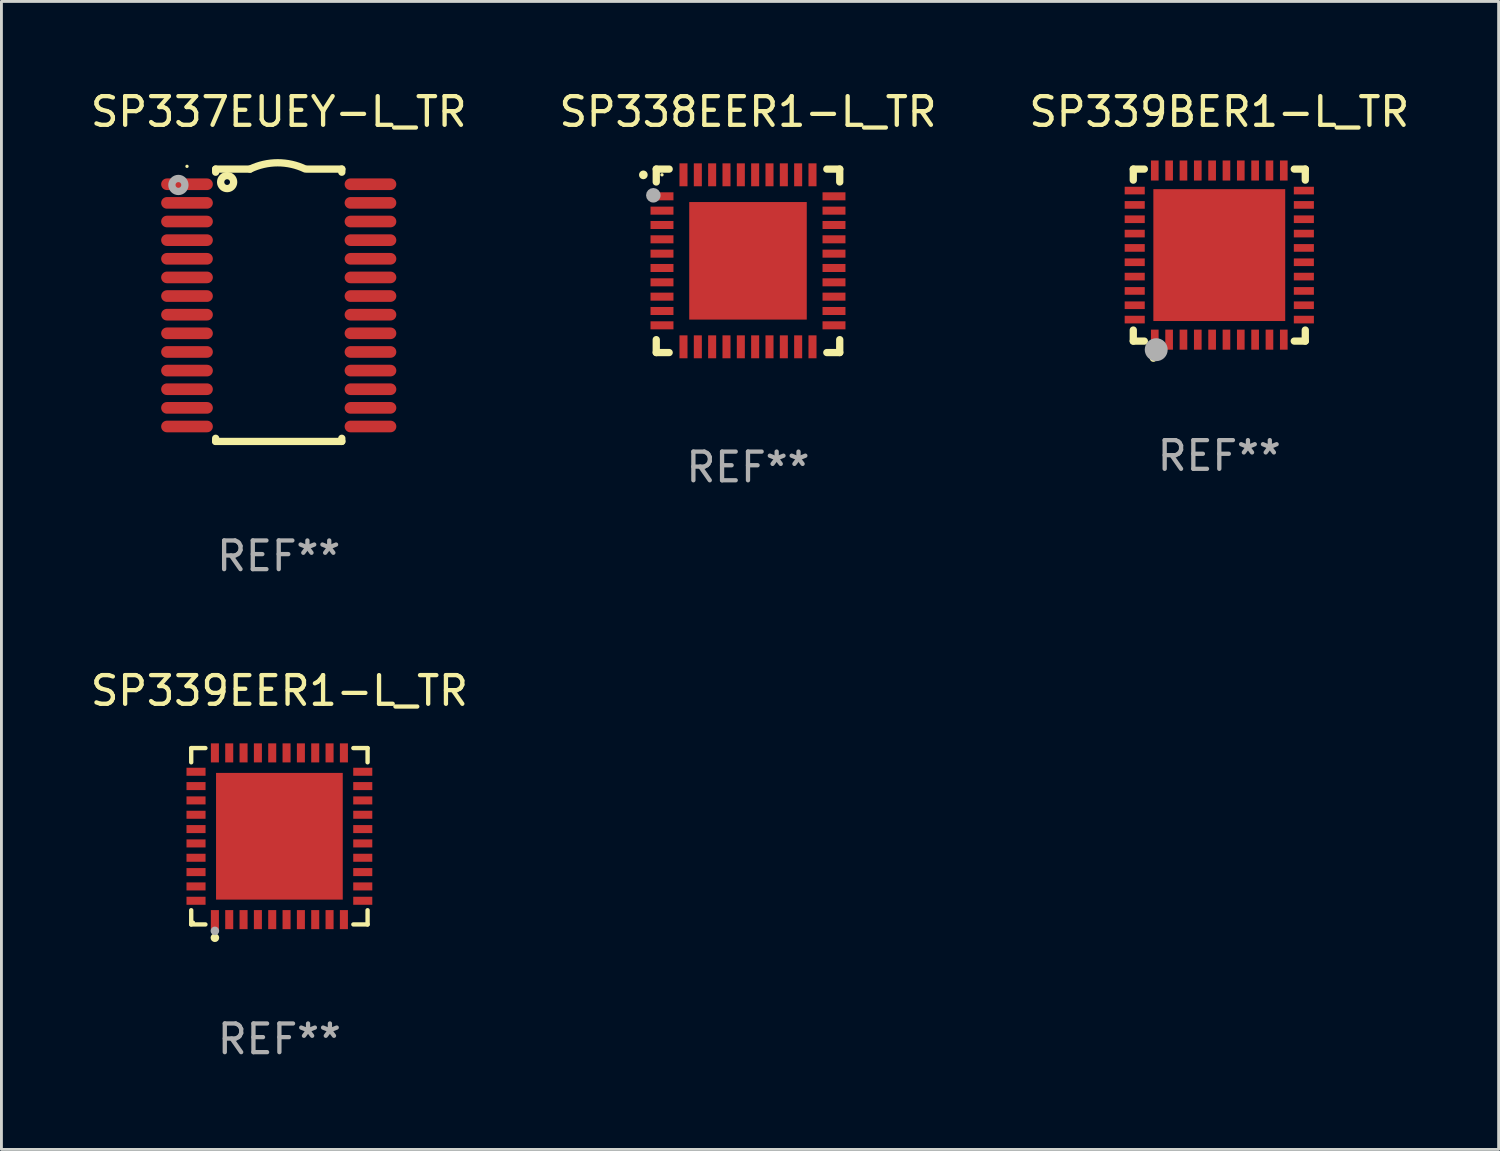
<source format=kicad_pcb>
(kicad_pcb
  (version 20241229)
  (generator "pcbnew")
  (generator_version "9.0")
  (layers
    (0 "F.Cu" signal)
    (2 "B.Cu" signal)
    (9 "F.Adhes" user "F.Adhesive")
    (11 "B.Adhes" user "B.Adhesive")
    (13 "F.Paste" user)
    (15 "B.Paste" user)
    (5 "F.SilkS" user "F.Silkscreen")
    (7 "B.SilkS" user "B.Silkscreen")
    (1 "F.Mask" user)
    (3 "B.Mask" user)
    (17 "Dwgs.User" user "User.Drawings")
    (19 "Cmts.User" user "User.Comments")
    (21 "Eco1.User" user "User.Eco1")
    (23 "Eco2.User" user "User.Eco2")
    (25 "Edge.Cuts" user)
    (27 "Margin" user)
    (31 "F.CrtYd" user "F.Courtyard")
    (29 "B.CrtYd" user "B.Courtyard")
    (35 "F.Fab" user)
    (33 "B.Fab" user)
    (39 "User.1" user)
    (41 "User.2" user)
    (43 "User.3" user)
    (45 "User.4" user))
  (footprint "SP338EER1-L_TR"
    (layer "F.Cu")
    (at 23.042 6.048)
    (property "Reference" "SP338EER1-L_TR" (at 0 -5.2 0) (layer "F.SilkS") (effects (font (size 1 1) (thickness 0.15))))
    (attr through_hole)
    (fp_line (start -3.2 -3.2) (end -2.75 -3.2) (stroke (width 0.254) (type solid)) (layer "F.SilkS"))
    (fp_line (start -3.2 -2.75) (end -3.2 -3.2) (stroke (width 0.254) (type solid)) (layer "F.SilkS"))
    (fp_line (start -3.2 3.2) (end -3.2 2.75) (stroke (width 0.254) (type solid)) (layer "F.SilkS"))
    (fp_line (start -2.75 3.2) (end -3.2 3.2) (stroke (width 0.254) (type solid)) (layer "F.SilkS"))
    (fp_line (start 2.75 3.2) (end 3.2 3.2) (stroke (width 0.254) (type solid)) (layer "F.SilkS"))
    (fp_line (start 3.2 -3.2) (end 2.75 -3.2) (stroke (width 0.254) (type solid)) (layer "F.SilkS"))
    (fp_line (start 3.2 -2.75) (end 3.2 -3.2) (stroke (width 0.254) (type solid)) (layer "F.SilkS"))
    (fp_line (start 3.2 3.2) (end 3.2 2.75) (stroke (width 0.254) (type solid)) (layer "F.SilkS"))
    (fp_arc (start -3.649987 -2.997206) (mid -3.649992 -2.998476) (end -3.649987 -2.999746) (stroke (width 0.3) (type solid)) (layer "F.SilkS"))
    (fp_circle (center -3 -3) (end -2.97 -3) (stroke (width 0.06) (type solid)) (fill no) (layer "F.SilkS"))
    (fp_circle (center -3.302 -2.286) (end -3.175 -2.286) (stroke (width 0.254) (type solid)) (fill no) (layer "F.Fab"))
    (fp_text user "REF**" (at 0 7.2 0) (layer "F.Fab") (effects (font (size 1 1) (thickness 0.15))))
    (pad "1" smd rect (at -3 -2.25 90) (size 0.28 0.8) (layers "F.Cu" "F.Mask" "F.Paste"))
    (pad "2" smd rect (at -3 -1.75 90) (size 0.28 0.8) (layers "F.Cu" "F.Mask" "F.Paste"))
    (pad "3" smd rect (at -3 -1.25 90) (size 0.28 0.8) (layers "F.Cu" "F.Mask" "F.Paste"))
    (pad "4" smd rect (at -3 -0.75 90) (size 0.28 0.8) (layers "F.Cu" "F.Mask" "F.Paste"))
    (pad "5" smd rect (at -3 -0.25 90) (size 0.28 0.8) (layers "F.Cu" "F.Mask" "F.Paste"))
    (pad "6" smd rect (at -3 0.25 90) (size 0.28 0.8) (layers "F.Cu" "F.Mask" "F.Paste"))
    (pad "7" smd rect (at -3 0.75 90) (size 0.28 0.8) (layers "F.Cu" "F.Mask" "F.Paste"))
    (pad "8" smd rect (at -3 1.25 90) (size 0.28 0.8) (layers "F.Cu" "F.Mask" "F.Paste"))
    (pad "9" smd rect (at -3 1.75 90) (size 0.28 0.8) (layers "F.Cu" "F.Mask" "F.Paste"))
    (pad "10" smd rect (at -3 2.25 90) (size 0.28 0.8) (layers "F.Cu" "F.Mask" "F.Paste"))
    (pad "11" smd rect (at -2.25 3) (size 0.28 0.8) (layers "F.Cu" "F.Mask" "F.Paste"))
    (pad "12" smd rect (at -1.75 3) (size 0.28 0.8) (layers "F.Cu" "F.Mask" "F.Paste"))
    (pad "13" smd rect (at -1.25 3) (size 0.28 0.8) (layers "F.Cu" "F.Mask" "F.Paste"))
    (pad "14" smd rect (at -0.75 3) (size 0.28 0.8) (layers "F.Cu" "F.Mask" "F.Paste"))
    (pad "15" smd rect (at -0.25 3) (size 0.28 0.8) (layers "F.Cu" "F.Mask" "F.Paste"))
    (pad "16" smd rect (at 0.25 3) (size 0.28 0.8) (layers "F.Cu" "F.Mask" "F.Paste"))
    (pad "17" smd rect (at 0.75 3) (size 0.28 0.8) (layers "F.Cu" "F.Mask" "F.Paste"))
    (pad "18" smd rect (at 1.25 3) (size 0.28 0.8) (layers "F.Cu" "F.Mask" "F.Paste"))
    (pad "19" smd rect (at 1.75 3) (size 0.28 0.8) (layers "F.Cu" "F.Mask" "F.Paste"))
    (pad "20" smd rect (at 2.25 3) (size 0.28 0.8) (layers "F.Cu" "F.Mask" "F.Paste"))
    (pad "21" smd rect (at 3 2.25 90) (size 0.28 0.8) (layers "F.Cu" "F.Mask" "F.Paste"))
    (pad "22" smd rect (at 3 1.75 90) (size 0.28 0.8) (layers "F.Cu" "F.Mask" "F.Paste"))
    (pad "23" smd rect (at 3 1.25 90) (size 0.28 0.8) (layers "F.Cu" "F.Mask" "F.Paste"))
    (pad "24" smd rect (at 3 0.75 90) (size 0.28 0.8) (layers "F.Cu" "F.Mask" "F.Paste"))
    (pad "25" smd rect (at 3 0.25 90) (size 0.28 0.8) (layers "F.Cu" "F.Mask" "F.Paste"))
    (pad "26" smd rect (at 3 -0.25 90) (size 0.28 0.8) (layers "F.Cu" "F.Mask" "F.Paste"))
    (pad "27" smd rect (at 3 -0.75 90) (size 0.28 0.8) (layers "F.Cu" "F.Mask" "F.Paste"))
    (pad "28" smd rect (at 3 -1.25 90) (size 0.28 0.8) (layers "F.Cu" "F.Mask" "F.Paste"))
    (pad "29" smd rect (at 3 -1.75 90) (size 0.28 0.8) (layers "F.Cu" "F.Mask" "F.Paste"))
    (pad "30" smd rect (at 3 -2.25 90) (size 0.28 0.8) (layers "F.Cu" "F.Mask" "F.Paste"))
    (pad "31" smd rect (at 2.25 -3) (size 0.28 0.8) (layers "F.Cu" "F.Mask" "F.Paste"))
    (pad "32" smd rect (at 1.75 -3) (size 0.28 0.8) (layers "F.Cu" "F.Mask" "F.Paste"))
    (pad "33" smd rect (at 1.25 -3) (size 0.28 0.8) (layers "F.Cu" "F.Mask" "F.Paste"))
    (pad "34" smd rect (at 0.75 -3) (size 0.28 0.8) (layers "F.Cu" "F.Mask" "F.Paste"))
    (pad "35" smd rect (at 0.25 -3) (size 0.28 0.8) (layers "F.Cu" "F.Mask" "F.Paste"))
    (pad "36" smd rect (at -0.25 -3) (size 0.28 0.8) (layers "F.Cu" "F.Mask" "F.Paste"))
    (pad "37" smd rect (at -0.75 -3) (size 0.28 0.8) (layers "F.Cu" "F.Mask" "F.Paste"))
    (pad "38" smd rect (at -1.25 -3) (size 0.28 0.8) (layers "F.Cu" "F.Mask" "F.Paste"))
    (pad "39" smd rect (at -1.75 -3) (size 0.28 0.8) (layers "F.Cu" "F.Mask" "F.Paste"))
    (pad "40" smd rect (at -2.25 -3) (size 0.28 0.8) (layers "F.Cu" "F.Mask" "F.Paste"))
    (pad "41" smd rect (at 0 0) (size 4.1 4.1) (layers "F.Cu" "F.Mask" "F.Paste")))
  (footprint "SP337EUEY-L_TR"
    (layer "F.Cu")
    (at 6.673 7.598)
    (property "Reference" "SP337EUEY-L_TR" (at 0 -6.75 0) (layer "F.SilkS") (effects (font (size 1 1) (thickness 0.15))))
    (attr through_hole)
    (fp_line (start -2.2 -4.75) (end -2.2 -4.641) (stroke (width 0.254) (type solid)) (layer "F.SilkS"))
    (fp_line (start -2.2 -4.75) (end -1 -4.75) (stroke (width 0.254) (type solid)) (layer "F.SilkS"))
    (fp_line (start -2.2 4.641) (end -2.2 4.75) (stroke (width 0.254) (type solid)) (layer "F.SilkS"))
    (fp_line (start -2.2 4.75) (end 2.2 4.75) (stroke (width 0.254) (type solid)) (layer "F.SilkS"))
    (fp_line (start 2.2 -4.75) (end 1 -4.75) (stroke (width 0.254) (type solid)) (layer "F.SilkS"))
    (fp_line (start 2.2 -4.75) (end 2.2 -4.641) (stroke (width 0.254) (type solid)) (layer "F.SilkS"))
    (fp_line (start 2.2 4.641) (end 2.2 4.75) (stroke (width 0.254) (type solid)) (layer "F.SilkS"))
    (fp_arc (start -1.000025 -4.750013) (mid -0.040073 -4.969719) (end 0.920777 -4.753975) (stroke (width 0.254001) (type solid)) (layer "F.SilkS"))
    (fp_circle (center -3.2 -4.846) (end -3.17 -4.846) (stroke (width 0.06) (type solid)) (fill no) (layer "F.SilkS"))
    (fp_circle (center -1.8 -4.296) (end -1.7 -4.296) (stroke (width 0.254) (type solid)) (fill no) (layer "F.SilkS"))
    (fp_circle (center -3.5 -4.196) (end -3.4 -4.196) (stroke (width 0.254) (type solid)) (fill no) (layer "F.Fab"))
    (fp_text user "REF**" (at 0 8.75 0) (layer "F.Fab") (effects (font (size 1 1) (thickness 0.15))))
    (pad "1" smd oval (at -3.2 -4.221) (size 1.803 0.406) (layers "F.Cu" "F.Mask" "F.Paste"))
    (pad "2" smd oval (at -3.2 -3.571) (size 1.803 0.406) (layers "F.Cu" "F.Mask" "F.Paste"))
    (pad "3" smd oval (at -3.2 -2.921) (size 1.803 0.406) (layers "F.Cu" "F.Mask" "F.Paste"))
    (pad "4" smd oval (at -3.2 -2.271) (size 1.803 0.406) (layers "F.Cu" "F.Mask" "F.Paste"))
    (pad "5" smd oval (at -3.2 -1.621) (size 1.803 0.406) (layers "F.Cu" "F.Mask" "F.Paste"))
    (pad "6" smd oval (at -3.2 -0.971) (size 1.803 0.406) (layers "F.Cu" "F.Mask" "F.Paste"))
    (pad "7" smd oval (at -3.2 -0.321) (size 1.803 0.406) (layers "F.Cu" "F.Mask" "F.Paste"))
    (pad "8" smd oval (at -3.2 0.329) (size 1.803 0.406) (layers "F.Cu" "F.Mask" "F.Paste"))
    (pad "9" smd oval (at -3.2 0.979) (size 1.803 0.406) (layers "F.Cu" "F.Mask" "F.Paste"))
    (pad "10" smd oval (at -3.2 1.629) (size 1.803 0.406) (layers "F.Cu" "F.Mask" "F.Paste"))
    (pad "11" smd oval (at -3.2 2.279) (size 1.803 0.406) (layers "F.Cu" "F.Mask" "F.Paste"))
    (pad "12" smd oval (at -3.2 2.929) (size 1.803 0.406) (layers "F.Cu" "F.Mask" "F.Paste"))
    (pad "13" smd oval (at -3.2 3.579) (size 1.803 0.406) (layers "F.Cu" "F.Mask" "F.Paste"))
    (pad "14" smd oval (at -3.2 4.229) (size 1.803 0.406) (layers "F.Cu" "F.Mask" "F.Paste"))
    (pad "15" smd oval (at 3.2 4.229) (size 1.803 0.406) (layers "F.Cu" "F.Mask" "F.Paste"))
    (pad "16" smd oval (at 3.2 3.579) (size 1.803 0.406) (layers "F.Cu" "F.Mask" "F.Paste"))
    (pad "17" smd oval (at 3.2 2.929) (size 1.803 0.406) (layers "F.Cu" "F.Mask" "F.Paste"))
    (pad "18" smd oval (at 3.2 2.279) (size 1.803 0.406) (layers "F.Cu" "F.Mask" "F.Paste"))
    (pad "19" smd oval (at 3.2 1.629) (size 1.803 0.406) (layers "F.Cu" "F.Mask" "F.Paste"))
    (pad "20" smd oval (at 3.2 0.979) (size 1.803 0.406) (layers "F.Cu" "F.Mask" "F.Paste"))
    (pad "21" smd oval (at 3.2 0.329) (size 1.803 0.406) (layers "F.Cu" "F.Mask" "F.Paste"))
    (pad "22" smd oval (at 3.2 -0.321) (size 1.803 0.406) (layers "F.Cu" "F.Mask" "F.Paste"))
    (pad "23" smd oval (at 3.2 -0.971) (size 1.803 0.406) (layers "F.Cu" "F.Mask" "F.Paste"))
    (pad "24" smd oval (at 3.2 -1.621) (size 1.803 0.406) (layers "F.Cu" "F.Mask" "F.Paste"))
    (pad "25" smd oval (at 3.2 -2.271) (size 1.803 0.406) (layers "F.Cu" "F.Mask" "F.Paste"))
    (pad "26" smd oval (at 3.2 -2.921) (size 1.803 0.406) (layers "F.Cu" "F.Mask" "F.Paste"))
    (pad "27" smd oval (at 3.2 -3.571) (size 1.803 0.406) (layers "F.Cu" "F.Mask" "F.Paste"))
    (pad "28" smd oval (at 3.2 -4.221) (size 1.803 0.406) (layers "F.Cu" "F.Mask" "F.Paste")))
  (footprint "SP339EER1-L_TR"
    (layer "F.Cu")
    (at 6.696 26.121)
    (property "Reference" "SP339EER1-L_TR" (at 0 -5.076 0) (layer "F.SilkS") (effects (font (size 1 1) (thickness 0.15))))
    (attr through_hole)
    (fp_line (start -3.076 -3.076) (end -2.58 -3.076) (stroke (width 0.152) (type solid)) (layer "F.SilkS"))
    (fp_line (start -3.076 -2.58) (end -3.076 -3.076) (stroke (width 0.152) (type solid)) (layer "F.SilkS"))
    (fp_line (start -3.076 2.58) (end -3.076 3.076) (stroke (width 0.152) (type solid)) (layer "F.SilkS"))
    (fp_line (start -3.076 3.076) (end -2.58 3.076) (stroke (width 0.152) (type solid)) (layer "F.SilkS"))
    (fp_line (start 3.076 -3.076) (end 2.58 -3.076) (stroke (width 0.152) (type solid)) (layer "F.SilkS"))
    (fp_line (start 3.076 -2.58) (end 3.076 -3.076) (stroke (width 0.152) (type solid)) (layer "F.SilkS"))
    (fp_line (start 3.076 2.58) (end 3.076 3.076) (stroke (width 0.152) (type solid)) (layer "F.SilkS"))
    (fp_line (start 3.076 3.076) (end 2.58 3.076) (stroke (width 0.152) (type solid)) (layer "F.SilkS"))
    (fp_circle (center -3 3) (end -2.97 3) (stroke (width 0.06) (type solid)) (fill no) (layer "F.SilkS"))
    (fp_circle (center -2.25 3.54) (end -2.175 3.54) (stroke (width 0.15) (type solid)) (fill no) (layer "F.SilkS"))
    (fp_circle (center -2.25 3.3) (end -2.175 3.3) (stroke (width 0.15) (type solid)) (fill no) (layer "F.Fab"))
    (fp_text user "REF**" (at 0 7.076 0) (layer "F.Fab") (effects (font (size 1 1) (thickness 0.15))))
    (pad "1" smd rect (at -2.25 2.908) (size 0.28 0.665) (layers "F.Cu" "F.Mask" "F.Paste"))
    (pad "2" smd rect (at -1.75 2.908) (size 0.28 0.665) (layers "F.Cu" "F.Mask" "F.Paste"))
    (pad "3" smd rect (at -1.25 2.908) (size 0.28 0.665) (layers "F.Cu" "F.Mask" "F.Paste"))
    (pad "4" smd rect (at -0.75 2.908) (size 0.28 0.665) (layers "F.Cu" "F.Mask" "F.Paste"))
    (pad "5" smd rect (at -0.25 2.908) (size 0.28 0.665) (layers "F.Cu" "F.Mask" "F.Paste"))
    (pad "6" smd rect (at 0.25 2.908) (size 0.28 0.665) (layers "F.Cu" "F.Mask" "F.Paste"))
    (pad "7" smd rect (at 0.75 2.908) (size 0.28 0.665) (layers "F.Cu" "F.Mask" "F.Paste"))
    (pad "8" smd rect (at 1.25 2.908) (size 0.28 0.665) (layers "F.Cu" "F.Mask" "F.Paste"))
    (pad "9" smd rect (at 1.75 2.908) (size 0.28 0.665) (layers "F.Cu" "F.Mask" "F.Paste"))
    (pad "10" smd rect (at 2.25 2.908) (size 0.28 0.665) (layers "F.Cu" "F.Mask" "F.Paste"))
    (pad "11" smd rect (at 2.908 2.25) (size 0.665 0.28) (layers "F.Cu" "F.Mask" "F.Paste"))
    (pad "12" smd rect (at 2.908 1.75) (size 0.665 0.28) (layers "F.Cu" "F.Mask" "F.Paste"))
    (pad "13" smd rect (at 2.908 1.25) (size 0.665 0.28) (layers "F.Cu" "F.Mask" "F.Paste"))
    (pad "14" smd rect (at 2.908 0.75) (size 0.665 0.28) (layers "F.Cu" "F.Mask" "F.Paste"))
    (pad "15" smd rect (at 2.908 0.25) (size 0.665 0.28) (layers "F.Cu" "F.Mask" "F.Paste"))
    (pad "16" smd rect (at 2.908 -0.25) (size 0.665 0.28) (layers "F.Cu" "F.Mask" "F.Paste"))
    (pad "17" smd rect (at 2.908 -0.75) (size 0.665 0.28) (layers "F.Cu" "F.Mask" "F.Paste"))
    (pad "18" smd rect (at 2.908 -1.25) (size 0.665 0.28) (layers "F.Cu" "F.Mask" "F.Paste"))
    (pad "19" smd rect (at 2.908 -1.75) (size 0.665 0.28) (layers "F.Cu" "F.Mask" "F.Paste"))
    (pad "20" smd rect (at 2.908 -2.25) (size 0.665 0.28) (layers "F.Cu" "F.Mask" "F.Paste"))
    (pad "21" smd rect (at 2.25 -2.908) (size 0.28 0.665) (layers "F.Cu" "F.Mask" "F.Paste"))
    (pad "22" smd rect (at 1.75 -2.908) (size 0.28 0.665) (layers "F.Cu" "F.Mask" "F.Paste"))
    (pad "23" smd rect (at 1.25 -2.908) (size 0.28 0.665) (layers "F.Cu" "F.Mask" "F.Paste"))
    (pad "24" smd rect (at 0.75 -2.908) (size 0.28 0.665) (layers "F.Cu" "F.Mask" "F.Paste"))
    (pad "25" smd rect (at 0.25 -2.908) (size 0.28 0.665) (layers "F.Cu" "F.Mask" "F.Paste"))
    (pad "26" smd rect (at -0.25 -2.908) (size 0.28 0.665) (layers "F.Cu" "F.Mask" "F.Paste"))
    (pad "27" smd rect (at -0.75 -2.908) (size 0.28 0.665) (layers "F.Cu" "F.Mask" "F.Paste"))
    (pad "28" smd rect (at -1.25 -2.908) (size 0.28 0.665) (layers "F.Cu" "F.Mask" "F.Paste"))
    (pad "29" smd rect (at -1.75 -2.908) (size 0.28 0.665) (layers "F.Cu" "F.Mask" "F.Paste"))
    (pad "30" smd rect (at -2.25 -2.908) (size 0.28 0.665) (layers "F.Cu" "F.Mask" "F.Paste"))
    (pad "31" smd rect (at -2.908 -2.25) (size 0.665 0.28) (layers "F.Cu" "F.Mask" "F.Paste"))
    (pad "32" smd rect (at -2.908 -1.75) (size 0.665 0.28) (layers "F.Cu" "F.Mask" "F.Paste"))
    (pad "33" smd rect (at -2.908 -1.25) (size 0.665 0.28) (layers "F.Cu" "F.Mask" "F.Paste"))
    (pad "34" smd rect (at -2.908 -0.75) (size 0.665 0.28) (layers "F.Cu" "F.Mask" "F.Paste"))
    (pad "35" smd rect (at -2.908 -0.25) (size 0.665 0.28) (layers "F.Cu" "F.Mask" "F.Paste"))
    (pad "36" smd rect (at -2.908 0.25) (size 0.665 0.28) (layers "F.Cu" "F.Mask" "F.Paste"))
    (pad "37" smd rect (at -2.908 0.75) (size 0.665 0.28) (layers "F.Cu" "F.Mask" "F.Paste"))
    (pad "38" smd rect (at -2.908 1.25) (size 0.665 0.28) (layers "F.Cu" "F.Mask" "F.Paste"))
    (pad "39" smd rect (at -2.908 1.75) (size 0.665 0.28) (layers "F.Cu" "F.Mask" "F.Paste"))
    (pad "40" smd rect (at -2.908 2.25) (size 0.665 0.28) (layers "F.Cu" "F.Mask" "F.Paste"))
    (pad "41" smd rect (at 0 0) (size 4.42 4.42) (layers "F.Cu" "F.Mask" "F.Paste")))
  (footprint "SP339BER1-L_TR"
    (layer "F.Cu")
    (at 39.482 5.848)
    (property "Reference" "SP339BER1-L_TR" (at 0 -5 0) (layer "F.SilkS") (effects (font (size 1 1) (thickness 0.15))))
    (attr through_hole)
    (fp_line (start -3 -3) (end -2.615 -3) (stroke (width 0.254) (type solid)) (layer "F.SilkS"))
    (fp_line (start -3 -2.615) (end -3 -3) (stroke (width 0.254) (type solid)) (layer "F.SilkS"))
    (fp_line (start -3 3) (end -3 2.615) (stroke (width 0.254) (type solid)) (layer "F.SilkS"))
    (fp_line (start -2.615 3) (end -3 3) (stroke (width 0.254) (type solid)) (layer "F.SilkS"))
    (fp_line (start 2.615 -3) (end 3 -3) (stroke (width 0.254) (type solid)) (layer "F.SilkS"))
    (fp_line (start 3 -3) (end 3 -2.615) (stroke (width 0.254) (type solid)) (layer "F.SilkS"))
    (fp_line (start 3 2.615) (end 3 3) (stroke (width 0.254) (type solid)) (layer "F.SilkS"))
    (fp_line (start 3 3) (end 2.615 3) (stroke (width 0.254) (type solid)) (layer "F.SilkS"))
    (fp_arc (start -2.3 3.6) (mid -2.29873 3.599994) (end -2.29746 3.6) (stroke (width 0.24892) (type solid)) (layer "F.SilkS"))
    (fp_circle (center -3 3) (end -2.97 3) (stroke (width 0.06) (type solid)) (fill no) (layer "F.SilkS"))
    (fp_circle (center -2.2 3.3) (end -2 3.3) (stroke (width 0.4) (type solid)) (fill no) (layer "F.Fab"))
    (fp_text user "REF**" (at 0 7 0) (layer "F.Fab") (effects (font (size 1 1) (thickness 0.15))))
    (pad "1" smd rect (at -2.25 2.95) (size 0.267 0.7) (layers "F.Cu" "F.Mask" "F.Paste"))
    (pad "2" smd rect (at -1.75 2.95) (size 0.267 0.7) (layers "F.Cu" "F.Mask" "F.Paste"))
    (pad "3" smd rect (at -1.25 2.95) (size 0.267 0.7) (layers "F.Cu" "F.Mask" "F.Paste"))
    (pad "4" smd rect (at -0.75 2.95) (size 0.267 0.7) (layers "F.Cu" "F.Mask" "F.Paste"))
    (pad "5" smd rect (at -0.25 2.95) (size 0.267 0.7) (layers "F.Cu" "F.Mask" "F.Paste"))
    (pad "6" smd rect (at 0.25 2.95) (size 0.267 0.7) (layers "F.Cu" "F.Mask" "F.Paste"))
    (pad "7" smd rect (at 0.75 2.95) (size 0.267 0.7) (layers "F.Cu" "F.Mask" "F.Paste"))
    (pad "8" smd rect (at 1.25 2.95) (size 0.267 0.7) (layers "F.Cu" "F.Mask" "F.Paste"))
    (pad "9" smd rect (at 1.75 2.95) (size 0.267 0.7) (layers "F.Cu" "F.Mask" "F.Paste"))
    (pad "10" smd rect (at 2.25 2.95) (size 0.267 0.7) (layers "F.Cu" "F.Mask" "F.Paste"))
    (pad "11" smd rect (at 2.95 2.25) (size 0.7 0.267) (layers "F.Cu" "F.Mask" "F.Paste"))
    (pad "12" smd rect (at 2.95 1.75) (size 0.7 0.267) (layers "F.Cu" "F.Mask" "F.Paste"))
    (pad "13" smd rect (at 2.95 1.25) (size 0.7 0.267) (layers "F.Cu" "F.Mask" "F.Paste"))
    (pad "14" smd rect (at 2.95 0.75) (size 0.7 0.267) (layers "F.Cu" "F.Mask" "F.Paste"))
    (pad "15" smd rect (at 2.95 0.25) (size 0.7 0.267) (layers "F.Cu" "F.Mask" "F.Paste"))
    (pad "16" smd rect (at 2.95 -0.25) (size 0.7 0.267) (layers "F.Cu" "F.Mask" "F.Paste"))
    (pad "17" smd rect (at 2.95 -0.75) (size 0.7 0.267) (layers "F.Cu" "F.Mask" "F.Paste"))
    (pad "18" smd rect (at 2.95 -1.25) (size 0.7 0.267) (layers "F.Cu" "F.Mask" "F.Paste"))
    (pad "19" smd rect (at 2.95 -1.75) (size 0.7 0.267) (layers "F.Cu" "F.Mask" "F.Paste"))
    (pad "20" smd rect (at 2.95 -2.25) (size 0.7 0.267) (layers "F.Cu" "F.Mask" "F.Paste"))
    (pad "21" smd rect (at 2.25 -2.95) (size 0.267 0.7) (layers "F.Cu" "F.Mask" "F.Paste"))
    (pad "22" smd rect (at 1.75 -2.95) (size 0.267 0.7) (layers "F.Cu" "F.Mask" "F.Paste"))
    (pad "23" smd rect (at 1.25 -2.95) (size 0.267 0.7) (layers "F.Cu" "F.Mask" "F.Paste"))
    (pad "24" smd rect (at 0.75 -2.95) (size 0.267 0.7) (layers "F.Cu" "F.Mask" "F.Paste"))
    (pad "25" smd rect (at 0.25 -2.95) (size 0.267 0.7) (layers "F.Cu" "F.Mask" "F.Paste"))
    (pad "26" smd rect (at -0.25 -2.95) (size 0.267 0.7) (layers "F.Cu" "F.Mask" "F.Paste"))
    (pad "27" smd rect (at -0.75 -2.95) (size 0.267 0.7) (layers "F.Cu" "F.Mask" "F.Paste"))
    (pad "28" smd rect (at -1.25 -2.95) (size 0.267 0.7) (layers "F.Cu" "F.Mask" "F.Paste"))
    (pad "29" smd rect (at -1.75 -2.95) (size 0.267 0.7) (layers "F.Cu" "F.Mask" "F.Paste"))
    (pad "30" smd rect (at -2.25 -2.95) (size 0.267 0.7) (layers "F.Cu" "F.Mask" "F.Paste"))
    (pad "31" smd rect (at -2.95 -2.25) (size 0.7 0.267) (layers "F.Cu" "F.Mask" "F.Paste"))
    (pad "32" smd rect (at -2.95 -1.75) (size 0.7 0.267) (layers "F.Cu" "F.Mask" "F.Paste"))
    (pad "33" smd rect (at -2.95 -1.25) (size 0.7 0.267) (layers "F.Cu" "F.Mask" "F.Paste"))
    (pad "34" smd rect (at -2.95 -0.75) (size 0.7 0.267) (layers "F.Cu" "F.Mask" "F.Paste"))
    (pad "35" smd rect (at -2.95 -0.25) (size 0.7 0.267) (layers "F.Cu" "F.Mask" "F.Paste"))
    (pad "36" smd rect (at -2.95 0.25) (size 0.7 0.267) (layers "F.Cu" "F.Mask" "F.Paste"))
    (pad "37" smd rect (at -2.95 0.75) (size 0.7 0.267) (layers "F.Cu" "F.Mask" "F.Paste"))
    (pad "38" smd rect (at -2.95 1.25) (size 0.7 0.267) (layers "F.Cu" "F.Mask" "F.Paste"))
    (pad "39" smd rect (at -2.95 1.75) (size 0.7 0.267) (layers "F.Cu" "F.Mask" "F.Paste"))
    (pad "40" smd rect (at -2.95 2.25) (size 0.7 0.267) (layers "F.Cu" "F.Mask" "F.Paste"))
    (pad "41" smd rect (at 0.000102 0.000102) (size 4.6 4.6) (layers "F.Cu" "F.Mask" "F.Paste")))
  (gr_rect
    (start -3 -3)
    (end 49.226 37.045)
    (stroke (width 0.1) (type default))
    (fill no)
    (layer "Edge.Cuts")))
</source>
